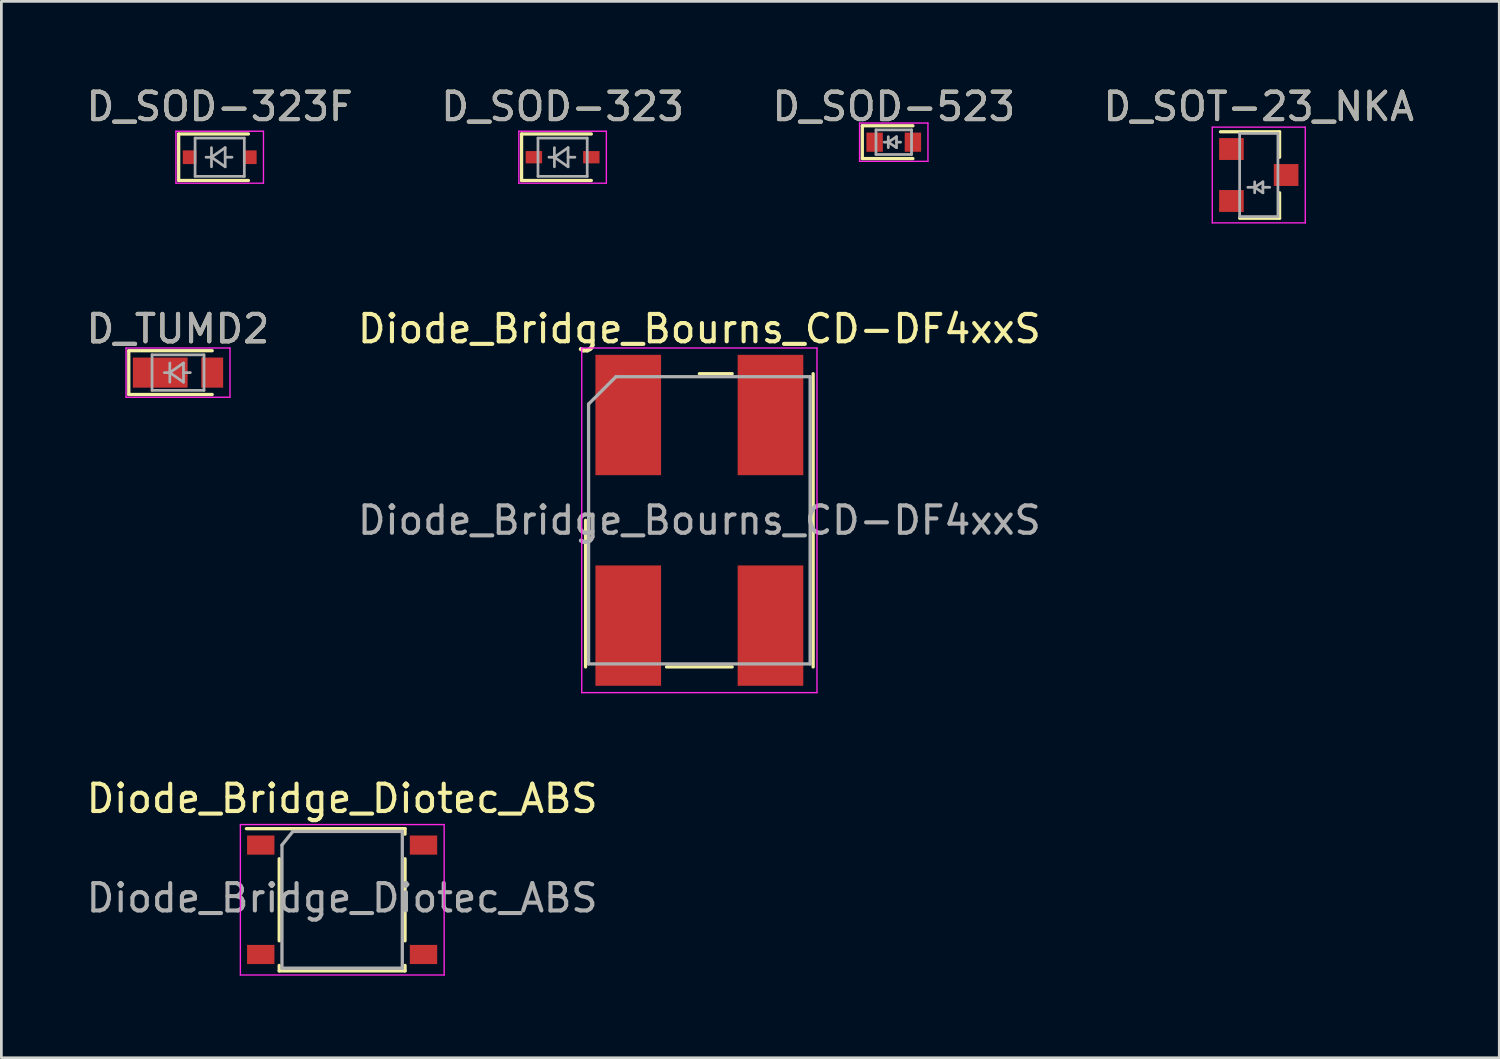
<source format=kicad_pcb>
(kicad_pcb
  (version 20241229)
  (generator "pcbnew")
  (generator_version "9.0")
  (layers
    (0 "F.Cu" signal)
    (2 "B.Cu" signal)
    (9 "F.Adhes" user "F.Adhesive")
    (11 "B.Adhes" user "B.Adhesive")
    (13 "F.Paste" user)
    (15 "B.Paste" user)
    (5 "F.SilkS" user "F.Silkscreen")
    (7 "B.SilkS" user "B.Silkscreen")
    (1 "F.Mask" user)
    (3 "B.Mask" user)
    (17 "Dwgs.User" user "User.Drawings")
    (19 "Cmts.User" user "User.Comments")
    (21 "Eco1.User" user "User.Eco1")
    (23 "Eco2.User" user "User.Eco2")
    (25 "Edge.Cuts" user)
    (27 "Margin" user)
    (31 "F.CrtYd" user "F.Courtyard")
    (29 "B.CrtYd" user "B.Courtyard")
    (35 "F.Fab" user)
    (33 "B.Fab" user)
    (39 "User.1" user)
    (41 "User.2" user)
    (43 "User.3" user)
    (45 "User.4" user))
  (footprint "D_SOD-323F"
    (layer "F.Cu")
    (at 4.982 2.698)
    (property "Reference" "D_SOD-323F" (at 0 -1.85 0) (layer "F.SilkS") (effects (font (size 1 1) (thickness 0.15))))
    (attr smd)
    (fp_line (start -1.5 -0.85) (end -1.5 0.85) (stroke (width 0.12) (type solid)) (layer "F.SilkS"))
    (fp_line (start -1.5 -0.85) (end 1.05 -0.85) (stroke (width 0.12) (type solid)) (layer "F.SilkS"))
    (fp_line (start -1.5 0.85) (end 1.05 0.85) (stroke (width 0.12) (type solid)) (layer "F.SilkS"))
    (fp_line (start -1.6 -0.95) (end -1.6 0.95) (stroke (width 0.05) (type solid)) (layer "F.CrtYd"))
    (fp_line (start -1.6 -0.95) (end 1.6 -0.95) (stroke (width 0.05) (type solid)) (layer "F.CrtYd"))
    (fp_line (start -1.6 0.95) (end 1.6 0.95) (stroke (width 0.05) (type solid)) (layer "F.CrtYd"))
    (fp_line (start 1.6 -0.95) (end 1.6 0.95) (stroke (width 0.05) (type solid)) (layer "F.CrtYd"))
    (fp_line (start -0.9 -0.7) (end 0.9 -0.7) (stroke (width 0.1) (type solid)) (layer "F.Fab"))
    (fp_line (start -0.9 0.7) (end -0.9 -0.7) (stroke (width 0.1) (type solid)) (layer "F.Fab"))
    (fp_line (start -0.3 -0.35) (end -0.3 0.35) (stroke (width 0.1) (type solid)) (layer "F.Fab"))
    (fp_line (start -0.3 0) (end -0.5 0) (stroke (width 0.1) (type solid)) (layer "F.Fab"))
    (fp_line (start -0.3 0) (end 0.2 -0.35) (stroke (width 0.1) (type solid)) (layer "F.Fab"))
    (fp_line (start 0.2 -0.35) (end 0.2 0.35) (stroke (width 0.1) (type solid)) (layer "F.Fab"))
    (fp_line (start 0.2 0) (end 0.45 0) (stroke (width 0.1) (type solid)) (layer "F.Fab"))
    (fp_line (start 0.2 0.35) (end -0.3 0) (stroke (width 0.1) (type solid)) (layer "F.Fab"))
    (fp_line (start 0.9 -0.7) (end 0.9 0.7) (stroke (width 0.1) (type solid)) (layer "F.Fab"))
    (fp_line (start 0.9 0.7) (end -0.9 0.7) (stroke (width 0.1) (type solid)) (layer "F.Fab"))
    (fp_text user "${REFERENCE}" (at 0 -1.85 0) (layer "F.Fab") (effects (font (size 1 1) (thickness 0.15))))
    (pad "1" smd rect (at -1.1 0) (size 0.5 0.5) (layers "F.Cu" "F.Mask" "F.Paste"))
    (pad "2" smd rect (at 1.1 0) (size 0.5 0.5) (layers "F.Cu" "F.Mask" "F.Paste")))
  (footprint "D_SOD-523"
    (layer "F.Cu")
    (at 29.625 2.148)
    (property "Reference" "D_SOD-523" (at 0 -1.3 0) (layer "F.SilkS") (effects (font (size 1 1) (thickness 0.15))))
    (attr smd)
    (fp_line (start -1.15 -0.6) (end -1.15 0.6) (stroke (width 0.12) (type solid)) (layer "F.SilkS"))
    (fp_line (start 0.7 -0.6) (end -1.15 -0.6) (stroke (width 0.12) (type solid)) (layer "F.SilkS"))
    (fp_line (start 0.7 0.6) (end -1.15 0.6) (stroke (width 0.12) (type solid)) (layer "F.SilkS"))
    (fp_line (start -1.25 -0.7) (end 1.25 -0.7) (stroke (width 0.05) (type solid)) (layer "F.CrtYd"))
    (fp_line (start -1.25 0.7) (end -1.25 -0.7) (stroke (width 0.05) (type solid)) (layer "F.CrtYd"))
    (fp_line (start 1.25 -0.7) (end 1.25 0.7) (stroke (width 0.05) (type solid)) (layer "F.CrtYd"))
    (fp_line (start 1.25 0.7) (end -1.25 0.7) (stroke (width 0.05) (type solid)) (layer "F.CrtYd"))
    (fp_line (start -0.65 -0.45) (end 0.65 -0.45) (stroke (width 0.1) (type solid)) (layer "F.Fab"))
    (fp_line (start -0.65 0.45) (end -0.65 -0.45) (stroke (width 0.1) (type solid)) (layer "F.Fab"))
    (fp_line (start -0.2 0) (end -0.35 0) (stroke (width 0.1) (type solid)) (layer "F.Fab"))
    (fp_line (start -0.2 0) (end 0.1 0.2) (stroke (width 0.1) (type solid)) (layer "F.Fab"))
    (fp_line (start -0.2 0.2) (end -0.2 -0.2) (stroke (width 0.1) (type solid)) (layer "F.Fab"))
    (fp_line (start 0.1 -0.2) (end -0.2 0) (stroke (width 0.1) (type solid)) (layer "F.Fab"))
    (fp_line (start 0.1 0) (end 0.25 0) (stroke (width 0.1) (type solid)) (layer "F.Fab"))
    (fp_line (start 0.1 0.2) (end 0.1 -0.2) (stroke (width 0.1) (type solid)) (layer "F.Fab"))
    (fp_line (start 0.65 -0.45) (end 0.65 0.45) (stroke (width 0.1) (type solid)) (layer "F.Fab"))
    (fp_line (start 0.65 0.45) (end -0.65 0.45) (stroke (width 0.1) (type solid)) (layer "F.Fab"))
    (fp_text user "${REFERENCE}" (at 0 -1.3 0) (layer "F.Fab") (effects (font (size 1 1) (thickness 0.15))))
    (pad "1" smd rect (at -0.7 0 180) (size 0.6 0.7) (layers "F.Cu" "F.Mask" "F.Paste"))
    (pad "2" smd rect (at 0.7 0 180) (size 0.6 0.7) (layers "F.Cu" "F.Mask" "F.Paste")))
  (footprint "D_SOD-323"
    (layer "F.Cu")
    (at 17.518 2.698)
    (property "Reference" "D_SOD-323" (at 0 -1.85 0) (layer "F.SilkS") (effects (font (size 1 1) (thickness 0.15))))
    (attr smd)
    (fp_line (start -1.5 -0.85) (end -1.5 0.85) (stroke (width 0.12) (type solid)) (layer "F.SilkS"))
    (fp_line (start -1.5 -0.85) (end 1.05 -0.85) (stroke (width 0.12) (type solid)) (layer "F.SilkS"))
    (fp_line (start -1.5 0.85) (end 1.05 0.85) (stroke (width 0.12) (type solid)) (layer "F.SilkS"))
    (fp_line (start -1.6 -0.95) (end -1.6 0.95) (stroke (width 0.05) (type solid)) (layer "F.CrtYd"))
    (fp_line (start -1.6 -0.95) (end 1.6 -0.95) (stroke (width 0.05) (type solid)) (layer "F.CrtYd"))
    (fp_line (start -1.6 0.95) (end 1.6 0.95) (stroke (width 0.05) (type solid)) (layer "F.CrtYd"))
    (fp_line (start 1.6 -0.95) (end 1.6 0.95) (stroke (width 0.05) (type solid)) (layer "F.CrtYd"))
    (fp_line (start -0.9 -0.7) (end 0.9 -0.7) (stroke (width 0.1) (type solid)) (layer "F.Fab"))
    (fp_line (start -0.9 0.7) (end -0.9 -0.7) (stroke (width 0.1) (type solid)) (layer "F.Fab"))
    (fp_line (start -0.3 -0.35) (end -0.3 0.35) (stroke (width 0.1) (type solid)) (layer "F.Fab"))
    (fp_line (start -0.3 0) (end -0.5 0) (stroke (width 0.1) (type solid)) (layer "F.Fab"))
    (fp_line (start -0.3 0) (end 0.2 -0.35) (stroke (width 0.1) (type solid)) (layer "F.Fab"))
    (fp_line (start 0.2 -0.35) (end 0.2 0.35) (stroke (width 0.1) (type solid)) (layer "F.Fab"))
    (fp_line (start 0.2 0) (end 0.45 0) (stroke (width 0.1) (type solid)) (layer "F.Fab"))
    (fp_line (start 0.2 0.35) (end -0.3 0) (stroke (width 0.1) (type solid)) (layer "F.Fab"))
    (fp_line (start 0.9 -0.7) (end 0.9 0.7) (stroke (width 0.1) (type solid)) (layer "F.Fab"))
    (fp_line (start 0.9 0.7) (end -0.9 0.7) (stroke (width 0.1) (type solid)) (layer "F.Fab"))
    (fp_text user "${REFERENCE}" (at 0 -1.85 0) (layer "F.Fab") (effects (font (size 1 1) (thickness 0.15))))
    (pad "1" smd rect (at -1.05 0) (size 0.6 0.45) (layers "F.Cu" "F.Mask" "F.Paste"))
    (pad "2" smd rect (at 1.05 0) (size 0.6 0.45) (layers "F.Cu" "F.Mask" "F.Paste")))
  (footprint "D_SOT-23_NKA"
    (layer "F.Cu")
    (at 42.97 3.348)
    (property "Reference" "D_SOT-23_NKA" (at 0 -2.5 0) (layer "F.SilkS") (effects (font (size 1 1) (thickness 0.15))))
    (attr smd)
    (fp_line (start 0.76 -1.58) (end -1.4 -1.58) (stroke (width 0.12) (type solid)) (layer "F.SilkS"))
    (fp_line (start 0.76 -1.58) (end 0.76 -0.65) (stroke (width 0.12) (type solid)) (layer "F.SilkS"))
    (fp_line (start 0.76 1.58) (end -0.7 1.58) (stroke (width 0.12) (type solid)) (layer "F.SilkS"))
    (fp_line (start 0.76 1.58) (end 0.76 0.65) (stroke (width 0.12) (type solid)) (layer "F.SilkS"))
    (fp_line (start -1.7 -1.75) (end 1.7 -1.75) (stroke (width 0.05) (type solid)) (layer "F.CrtYd"))
    (fp_line (start -1.7 1.75) (end -1.7 -1.75) (stroke (width 0.05) (type solid)) (layer "F.CrtYd"))
    (fp_line (start 1.7 -1.75) (end 1.7 1.75) (stroke (width 0.05) (type solid)) (layer "F.CrtYd"))
    (fp_line (start 1.7 1.75) (end -1.7 1.75) (stroke (width 0.05) (type solid)) (layer "F.CrtYd"))
    (fp_line (start -0.7 -1.52) (end -0.7 1.52) (stroke (width 0.1) (type solid)) (layer "F.Fab"))
    (fp_line (start -0.7 -1.52) (end 0.7 -1.52) (stroke (width 0.1) (type solid)) (layer "F.Fab"))
    (fp_line (start -0.7 1.52) (end 0.7 1.52) (stroke (width 0.1) (type solid)) (layer "F.Fab"))
    (fp_line (start -0.15 0.45) (end -0.4 0.45) (stroke (width 0.1) (type solid)) (layer "F.Fab"))
    (fp_line (start -0.15 0.45) (end 0.15 0.65) (stroke (width 0.1) (type solid)) (layer "F.Fab"))
    (fp_line (start -0.15 0.65) (end -0.15 0.25) (stroke (width 0.1) (type solid)) (layer "F.Fab"))
    (fp_line (start 0.15 0.25) (end -0.15 0.45) (stroke (width 0.1) (type solid)) (layer "F.Fab"))
    (fp_line (start 0.15 0.45) (end 0.4 0.45) (stroke (width 0.1) (type solid)) (layer "F.Fab"))
    (fp_line (start 0.15 0.65) (end 0.15 0.25) (stroke (width 0.1) (type solid)) (layer "F.Fab"))
    (fp_line (start 0.7 -1.52) (end 0.7 1.52) (stroke (width 0.1) (type solid)) (layer "F.Fab"))
    (fp_text user "${REFERENCE}" (at 0 -2.5 0) (layer "F.Fab") (effects (font (size 1 1) (thickness 0.15))))
    (pad "" smd rect (at -1 -0.95) (size 0.9 0.8) (layers "F.Cu" "F.Mask" "F.Paste"))
    (pad "1" smd rect (at -1 0.95) (size 0.9 0.8) (layers "F.Cu" "F.Mask" "F.Paste"))
    (pad "2" smd rect (at 1 0) (size 0.9 0.8) (layers "F.Cu" "F.Mask" "F.Paste")))
  (footprint "Diode_Bridge_Bourns_CD-DF4xxS"
    (layer "F.Cu")
    (at 22.518 15.972)
    (property "Reference" "Diode_Bridge_Bourns_CD-DF4xxS" (at 0 -7 0) (layer "F.SilkS") (effects (font (size 1 1) (thickness 0.15))))
    (attr smd)
    (fp_line (start -4.16 0) (end -4.16 5.36) (stroke (width 0.12) (type solid)) (layer "F.SilkS"))
    (fp_line (start -1.2 5.36) (end 1.2 5.36) (stroke (width 0.12) (type solid)) (layer "F.SilkS"))
    (fp_line (start 0 -5.36) (end 1.2 -5.36) (stroke (width 0.12) (type solid)) (layer "F.SilkS"))
    (fp_line (start 4.16 -5.36) (end 4.16 5.36) (stroke (width 0.12) (type solid)) (layer "F.SilkS"))
    (fp_line (start -4.3 -6.3) (end -4.3 6.3) (stroke (width 0.05) (type solid)) (layer "F.CrtYd"))
    (fp_line (start -4.3 -6.3) (end 4.3 -6.3) (stroke (width 0.05) (type solid)) (layer "F.CrtYd"))
    (fp_line (start 4.3 6.3) (end -4.3 6.3) (stroke (width 0.05) (type solid)) (layer "F.CrtYd"))
    (fp_line (start 4.3 6.3) (end 4.3 -6.3) (stroke (width 0.05) (type solid)) (layer "F.CrtYd"))
    (fp_line (start -4.05 -4.25) (end -3.05 -5.25) (stroke (width 0.12) (type solid)) (layer "F.Fab"))
    (fp_line (start -4.05 5.25) (end -4.05 -4.25) (stroke (width 0.12) (type solid)) (layer "F.Fab"))
    (fp_line (start -3.05 -5.25) (end 4.05 -5.25) (stroke (width 0.12) (type solid)) (layer "F.Fab"))
    (fp_line (start 4.05 -5.25) (end 4.05 5.25) (stroke (width 0.12) (type solid)) (layer "F.Fab"))
    (fp_line (start 4.05 5.25) (end -4.05 5.25) (stroke (width 0.12) (type solid)) (layer "F.Fab"))
    (fp_text user "${REFERENCE}" (at 0 0 0) (layer "F.Fab") (effects (font (size 1 1) (thickness 0.15))))
    (pad "1" smd rect (at -2.6 -3.85) (size 2.4 4.4) (layers "F.Cu" "F.Mask" "F.Paste"))
    (pad "2" smd rect (at -2.6 3.85) (size 2.4 4.4) (layers "F.Cu" "F.Mask" "F.Paste"))
    (pad "3" smd rect (at 2.6 3.85) (size 2.4 4.4) (layers "F.Cu" "F.Mask" "F.Paste"))
    (pad "4" smd rect (at 2.6 -3.85) (size 2.4 4.4) (layers "F.Cu" "F.Mask" "F.Paste")))
  (footprint "Diode_Bridge_Diotec_ABS"
    (layer "F.Cu")
    (at 9.458 29.845)
    (property "Reference" "Diode_Bridge_Diotec_ABS" (at 0 -3.7 0) (layer "F.SilkS") (effects (font (size 1 1) (thickness 0.15))))
    (attr smd)
    (fp_line (start -2.3 1.5) (end -2.3 -1.5) (stroke (width 0.12) (type solid)) (layer "F.SilkS"))
    (fp_line (start -2.3 2.6) (end -2.3 2.4) (stroke (width 0.12) (type solid)) (layer "F.SilkS"))
    (fp_line (start 2.3 -2.6) (end -3.5 -2.6) (stroke (width 0.12) (type solid)) (layer "F.SilkS"))
    (fp_line (start 2.3 -2.4) (end 2.3 -2.6) (stroke (width 0.12) (type solid)) (layer "F.SilkS"))
    (fp_line (start 2.3 -1.5) (end 2.3 1.5) (stroke (width 0.12) (type solid)) (layer "F.SilkS"))
    (fp_line (start 2.3 2.4) (end 2.3 2.6) (stroke (width 0.12) (type solid)) (layer "F.SilkS"))
    (fp_line (start 2.3 2.6) (end -2.3 2.6) (stroke (width 0.12) (type solid)) (layer "F.SilkS"))
    (fp_line (start -3.72 -2.75) (end -3.72 2.75) (stroke (width 0.05) (type solid)) (layer "F.CrtYd"))
    (fp_line (start -3.72 -2.75) (end 3.73 -2.75) (stroke (width 0.05) (type solid)) (layer "F.CrtYd"))
    (fp_line (start 3.73 2.75) (end -3.72 2.75) (stroke (width 0.05) (type solid)) (layer "F.CrtYd"))
    (fp_line (start 3.73 2.75) (end 3.73 -2.75) (stroke (width 0.05) (type solid)) (layer "F.CrtYd"))
    (fp_line (start -2.2 -2) (end -2.2 2.5) (stroke (width 0.12) (type solid)) (layer "F.Fab"))
    (fp_line (start -2.2 2.5) (end 2.2 2.5) (stroke (width 0.12) (type solid)) (layer "F.Fab"))
    (fp_line (start -1.8 -2.5) (end -2.2 -2) (stroke (width 0.12) (type solid)) (layer "F.Fab"))
    (fp_line (start 2.2 -2.5) (end -1.8 -2.5) (stroke (width 0.12) (type solid)) (layer "F.Fab"))
    (fp_line (start 2.2 2.5) (end 2.2 -2.5) (stroke (width 0.12) (type solid)) (layer "F.Fab"))
    (fp_text user "${REFERENCE}" (at 0 -0.065 0) (layer "F.Fab") (effects (font (size 1 1) (thickness 0.15))))
    (pad "1" smd rect (at -2.975 -2) (size 1 0.7) (layers "F.Cu" "F.Mask" "F.Paste"))
    (pad "2" smd rect (at -2.975 2) (size 1 0.7) (layers "F.Cu" "F.Mask" "F.Paste"))
    (pad "3" smd rect (at 2.975 2) (size 1 0.7) (layers "F.Cu" "F.Mask" "F.Paste"))
    (pad "4" smd rect (at 2.975 -2) (size 1 0.7) (layers "F.Cu" "F.Mask" "F.Paste")))
  (footprint "D_TUMD2"
    (layer "F.Cu")
    (at 3.458 10.572)
    (property "Reference" "D_TUMD2" (at 0 -1.6 0) (layer "F.SilkS") (effects (font (size 1 1) (thickness 0.15))))
    (attr smd)
    (fp_line (start -1.8 -0.8) (end 1.25 -0.8) (stroke (width 0.12) (type solid)) (layer "F.SilkS"))
    (fp_line (start -1.8 0.8) (end -1.8 -0.8) (stroke (width 0.12) (type solid)) (layer "F.SilkS"))
    (fp_line (start 1.25 0.8) (end -1.8 0.8) (stroke (width 0.12) (type solid)) (layer "F.SilkS"))
    (fp_line (start -1.9 -0.9) (end 1.9 -0.9) (stroke (width 0.05) (type solid)) (layer "F.CrtYd"))
    (fp_line (start -1.9 0.9) (end -1.9 -0.9) (stroke (width 0.05) (type solid)) (layer "F.CrtYd"))
    (fp_line (start 1.9 -0.9) (end 1.9 0.9) (stroke (width 0.05) (type solid)) (layer "F.CrtYd"))
    (fp_line (start 1.9 0.9) (end -1.9 0.9) (stroke (width 0.05) (type solid)) (layer "F.CrtYd"))
    (fp_line (start -0.95 -0.65) (end 0.95 -0.65) (stroke (width 0.1) (type solid)) (layer "F.Fab"))
    (fp_line (start -0.95 0.65) (end -0.95 -0.65) (stroke (width 0.1) (type solid)) (layer "F.Fab"))
    (fp_line (start -0.3 -0.35) (end -0.3 0.35) (stroke (width 0.1) (type solid)) (layer "F.Fab"))
    (fp_line (start -0.3 0) (end -0.5 0) (stroke (width 0.1) (type solid)) (layer "F.Fab"))
    (fp_line (start -0.3 0) (end 0.2 -0.35) (stroke (width 0.1) (type solid)) (layer "F.Fab"))
    (fp_line (start 0.2 -0.35) (end 0.2 0.35) (stroke (width 0.1) (type solid)) (layer "F.Fab"))
    (fp_line (start 0.2 0) (end 0.45 0) (stroke (width 0.1) (type solid)) (layer "F.Fab"))
    (fp_line (start 0.2 0.35) (end -0.3 0) (stroke (width 0.1) (type solid)) (layer "F.Fab"))
    (fp_line (start 0.95 -0.65) (end 0.95 0.65) (stroke (width 0.1) (type solid)) (layer "F.Fab"))
    (fp_line (start 0.95 0.65) (end -0.95 0.65) (stroke (width 0.1) (type solid)) (layer "F.Fab"))
    (fp_text user "${REFERENCE}" (at 0 -1.6 0) (layer "F.Fab") (effects (font (size 1 1) (thickness 0.15))))
    (pad "1" smd rect (at -0.65 0 180) (size 2 1.1) (layers "F.Cu" "F.Mask" "F.Paste"))
    (pad "2" smd rect (at 1.25 0 180) (size 0.8 1.1) (layers "F.Cu" "F.Mask" "F.Paste")))
  (gr_rect
    (start -3 -3)
    (end 51.762 35.62)
    (stroke (width 0.1) (type default))
    (fill no)
    (layer "Edge.Cuts")))
</source>
